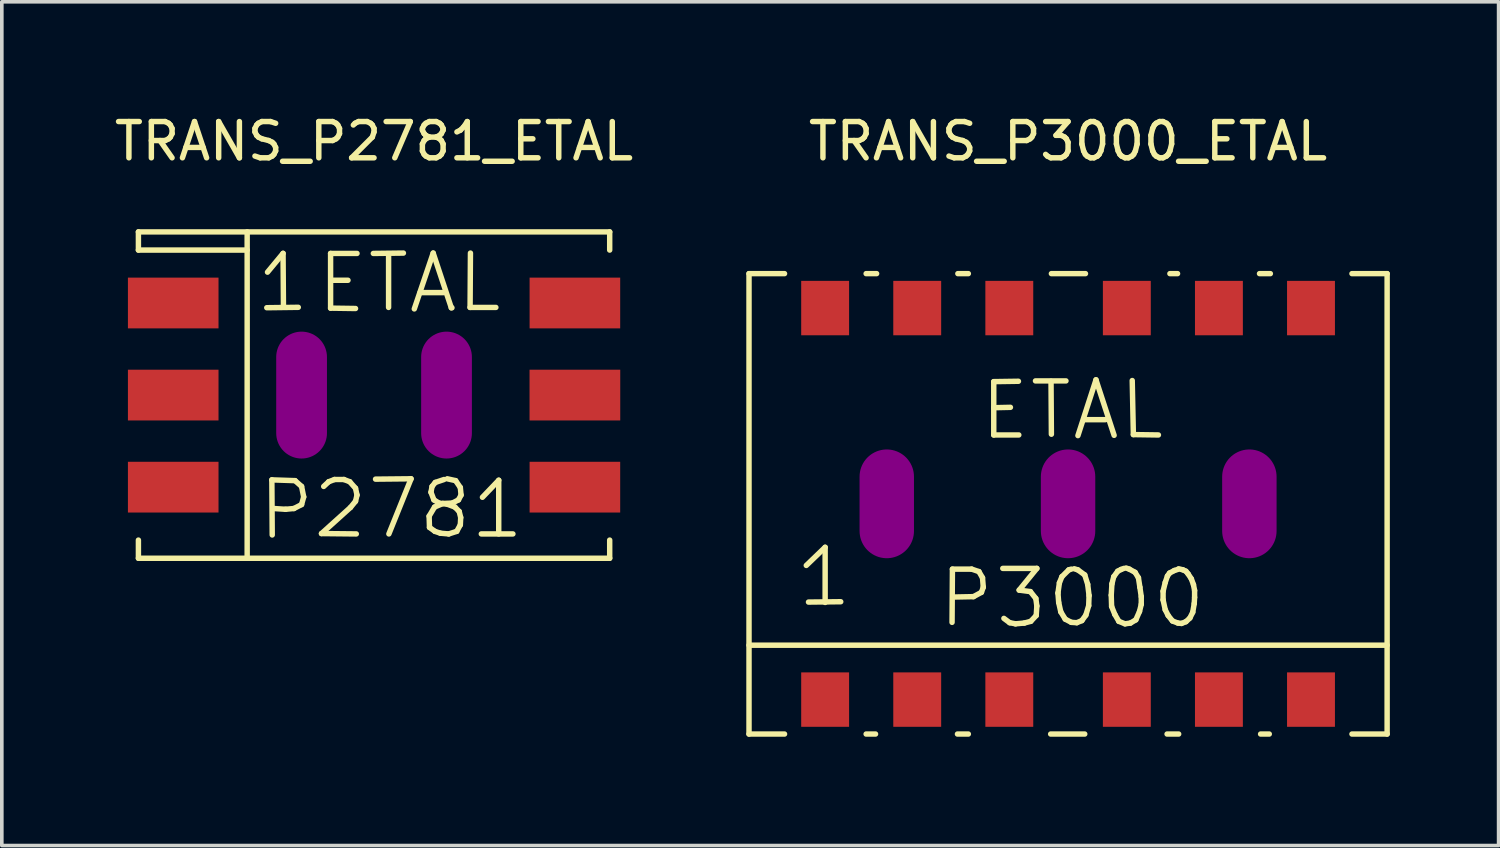
<source format=kicad_pcb>
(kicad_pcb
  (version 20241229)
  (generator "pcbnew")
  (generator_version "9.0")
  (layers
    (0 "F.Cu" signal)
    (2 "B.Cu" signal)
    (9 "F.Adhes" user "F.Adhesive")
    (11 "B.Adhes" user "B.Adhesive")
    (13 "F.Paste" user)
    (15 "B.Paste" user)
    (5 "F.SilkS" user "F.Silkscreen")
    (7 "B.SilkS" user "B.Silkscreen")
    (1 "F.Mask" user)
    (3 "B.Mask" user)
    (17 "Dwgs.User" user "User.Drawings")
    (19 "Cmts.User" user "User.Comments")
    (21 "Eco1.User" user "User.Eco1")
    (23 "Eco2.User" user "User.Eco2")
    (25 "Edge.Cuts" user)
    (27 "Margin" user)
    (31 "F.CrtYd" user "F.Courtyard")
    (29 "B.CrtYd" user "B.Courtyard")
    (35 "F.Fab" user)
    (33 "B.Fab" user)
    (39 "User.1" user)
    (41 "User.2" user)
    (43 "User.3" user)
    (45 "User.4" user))
  (footprint "TRANS_P2781_ETAL"
    (layer "F.Cu")
    (at 7.268 7.848)
    (property "Reference" "TRANS_P2781_ETAL" (at 0 -7 0) (layer "F.SilkS") (effects (font (size 1 1) (thickness 0.15))))
    (attr smd)
    (fp_line (start -6.5 -4.501) (end -6.5 -4) (stroke (width 0.15) (type solid)) (layer "F.SilkS"))
    (fp_line (start -6.5 -4.501) (end 6.5 -4.501) (stroke (width 0.15) (type solid)) (layer "F.SilkS"))
    (fp_line (start -6.5 -4) (end -3.5 -4) (stroke (width 0.15) (type solid)) (layer "F.SilkS"))
    (fp_line (start -6.5 4.501) (end -6.5 4) (stroke (width 0.15) (type solid)) (layer "F.SilkS"))
    (fp_line (start -3.5 -4.501) (end -3.5 4.501) (stroke (width 0.15) (type solid)) (layer "F.SilkS"))
    (fp_line (start -2.959 -2.41) (end -2.09 -2.421) (stroke (width 0.15) (type solid)) (layer "F.SilkS"))
    (fp_line (start -2.939 -3.391) (end -2.51 -3.909) (stroke (width 0.15) (type solid)) (layer "F.SilkS"))
    (fp_line (start -2.819 2.339) (end -2.179 2.36) (stroke (width 0.15) (type solid)) (layer "F.SilkS"))
    (fp_line (start -2.809 3.858) (end -2.819 2.339) (stroke (width 0.15) (type solid)) (layer "F.SilkS"))
    (fp_line (start -2.51 -3.909) (end -2.499 -2.431) (stroke (width 0.15) (type solid)) (layer "F.SilkS"))
    (fp_line (start -2.441 3.15) (end -2.771 3.129) (stroke (width 0.15) (type solid)) (layer "F.SilkS"))
    (fp_line (start -2.21 3.129) (end -2.441 3.15) (stroke (width 0.15) (type solid)) (layer "F.SilkS"))
    (fp_line (start -2.179 2.36) (end -1.999 2.52) (stroke (width 0.15) (type solid)) (layer "F.SilkS"))
    (fp_line (start -1.999 2.52) (end -1.941 2.809) (stroke (width 0.15) (type solid)) (layer "F.SilkS"))
    (fp_line (start -1.999 3.02) (end -2.21 3.129) (stroke (width 0.15) (type solid)) (layer "F.SilkS"))
    (fp_line (start -1.941 2.809) (end -1.999 3.02) (stroke (width 0.15) (type solid)) (layer "F.SilkS"))
    (fp_line (start -1.45 3.82) (end -0.49 3.83) (stroke (width 0.15) (type solid)) (layer "F.SilkS"))
    (fp_line (start -1.389 2.52) (end -1.25 2.39) (stroke (width 0.15) (type solid)) (layer "F.SilkS"))
    (fp_line (start -1.25 2.39) (end -1.09 2.329) (stroke (width 0.15) (type solid)) (layer "F.SilkS"))
    (fp_line (start -1.199 -3.907) (end -1.199 -2.398) (stroke (width 0.15) (type solid)) (layer "F.SilkS"))
    (fp_line (start -1.199 -2.398) (end -0.511 -2.388) (stroke (width 0.15) (type solid)) (layer "F.SilkS"))
    (fp_line (start -1.171 -3.167) (end -0.719 -3.167) (stroke (width 0.15) (type solid)) (layer "F.SilkS"))
    (fp_line (start -1.09 2.329) (end -0.831 2.329) (stroke (width 0.15) (type solid)) (layer "F.SilkS"))
    (fp_line (start -0.831 2.329) (end -0.671 2.39) (stroke (width 0.15) (type solid)) (layer "F.SilkS"))
    (fp_line (start -0.671 2.39) (end -0.511 2.57) (stroke (width 0.15) (type solid)) (layer "F.SilkS"))
    (fp_line (start -0.65 3.099) (end -1.45 3.82) (stroke (width 0.15) (type solid)) (layer "F.SilkS"))
    (fp_line (start -0.511 2.57) (end -0.47 2.758) (stroke (width 0.15) (type solid)) (layer "F.SilkS"))
    (fp_line (start -0.511 2.929) (end -0.65 3.099) (stroke (width 0.15) (type solid)) (layer "F.SilkS"))
    (fp_line (start -0.47 -3.907) (end -1.199 -3.907) (stroke (width 0.15) (type solid)) (layer "F.SilkS"))
    (fp_line (start -0.47 2.758) (end -0.511 2.929) (stroke (width 0.15) (type solid)) (layer "F.SilkS"))
    (fp_line (start -0.02 -3.907) (end 0.81 -3.917) (stroke (width 0.15) (type solid)) (layer "F.SilkS"))
    (fp_line (start 0.041 2.319) (end 1.021 2.309) (stroke (width 0.15) (type solid)) (layer "F.SilkS"))
    (fp_line (start 0.401 -3.886) (end 0.401 -2.418) (stroke (width 0.15) (type solid)) (layer "F.SilkS"))
    (fp_line (start 1.021 2.309) (end 0.409 3.83) (stroke (width 0.15) (type solid)) (layer "F.SilkS"))
    (fp_line (start 1.11 -2.377) (end 1.631 -3.917) (stroke (width 0.15) (type solid)) (layer "F.SilkS"))
    (fp_line (start 1.27 -2.827) (end 1.92 -2.827) (stroke (width 0.15) (type solid)) (layer "F.SilkS"))
    (fp_line (start 1.519 3.34) (end 1.529 3.65) (stroke (width 0.15) (type solid)) (layer "F.SilkS"))
    (fp_line (start 1.529 3.65) (end 1.679 3.759) (stroke (width 0.15) (type solid)) (layer "F.SilkS"))
    (fp_line (start 1.57 2.68) (end 1.6 2.52) (stroke (width 0.15) (type solid)) (layer "F.SilkS"))
    (fp_line (start 1.6 2.52) (end 1.689 2.41) (stroke (width 0.15) (type solid)) (layer "F.SilkS"))
    (fp_line (start 1.631 -3.917) (end 2.131 -2.408) (stroke (width 0.15) (type solid)) (layer "F.SilkS"))
    (fp_line (start 1.651 2.891) (end 1.57 2.68) (stroke (width 0.15) (type solid)) (layer "F.SilkS"))
    (fp_line (start 1.669 3.089) (end 1.519 3.34) (stroke (width 0.15) (type solid)) (layer "F.SilkS"))
    (fp_line (start 1.679 3.759) (end 1.829 3.81) (stroke (width 0.15) (type solid)) (layer "F.SilkS"))
    (fp_line (start 1.689 2.41) (end 1.93 2.329) (stroke (width 0.15) (type solid)) (layer "F.SilkS"))
    (fp_line (start 1.791 2.979) (end 1.651 2.891) (stroke (width 0.15) (type solid)) (layer "F.SilkS"))
    (fp_line (start 1.829 3.81) (end 2.06 3.83) (stroke (width 0.15) (type solid)) (layer "F.SilkS"))
    (fp_line (start 1.9 2.99) (end 1.669 3.089) (stroke (width 0.15) (type solid)) (layer "F.SilkS"))
    (fp_line (start 2.019 2.309) (end 2.25 2.36) (stroke (width 0.15) (type solid)) (layer "F.SilkS"))
    (fp_line (start 2.019 3.01) (end 1.791 2.979) (stroke (width 0.15) (type solid)) (layer "F.SilkS"))
    (fp_line (start 2.06 3.83) (end 2.281 3.759) (stroke (width 0.15) (type solid)) (layer "F.SilkS"))
    (fp_line (start 2.131 -2.408) (end 2.149 -2.408) (stroke (width 0.15) (type solid)) (layer "F.SilkS"))
    (fp_line (start 2.159 2.979) (end 1.9 2.99) (stroke (width 0.15) (type solid)) (layer "F.SilkS"))
    (fp_line (start 2.23 3.089) (end 2.019 3.01) (stroke (width 0.15) (type solid)) (layer "F.SilkS"))
    (fp_line (start 2.25 2.36) (end 2.38 2.55) (stroke (width 0.15) (type solid)) (layer "F.SilkS"))
    (fp_line (start 2.281 3.759) (end 2.38 3.579) (stroke (width 0.15) (type solid)) (layer "F.SilkS"))
    (fp_line (start 2.329 2.891) (end 2.159 2.979) (stroke (width 0.15) (type solid)) (layer "F.SilkS"))
    (fp_line (start 2.349 3.211) (end 2.23 3.089) (stroke (width 0.15) (type solid)) (layer "F.SilkS"))
    (fp_line (start 2.38 2.55) (end 2.4 2.758) (stroke (width 0.15) (type solid)) (layer "F.SilkS"))
    (fp_line (start 2.38 3.579) (end 2.39 3.378) (stroke (width 0.15) (type solid)) (layer "F.SilkS"))
    (fp_line (start 2.39 3.378) (end 2.349 3.211) (stroke (width 0.15) (type solid)) (layer "F.SilkS"))
    (fp_line (start 2.4 2.758) (end 2.329 2.891) (stroke (width 0.15) (type solid)) (layer "F.SilkS"))
    (fp_line (start 2.649 -2.418) (end 3.36 -2.418) (stroke (width 0.15) (type solid)) (layer "F.SilkS"))
    (fp_line (start 2.659 -3.917) (end 2.649 -2.418) (stroke (width 0.15) (type solid)) (layer "F.SilkS"))
    (fp_line (start 2.959 3.83) (end 3.83 3.83) (stroke (width 0.15) (type solid)) (layer "F.SilkS"))
    (fp_line (start 2.99 2.819) (end 3.439 2.349) (stroke (width 0.15) (type solid)) (layer "F.SilkS"))
    (fp_line (start 3.439 2.349) (end 3.439 3.83) (stroke (width 0.15) (type solid)) (layer "F.SilkS"))
    (fp_line (start 6.5 -4.501) (end 6.5 -4) (stroke (width 0.15) (type solid)) (layer "F.SilkS"))
    (fp_line (start 6.5 4.501) (end -6.5 4.501) (stroke (width 0.15) (type solid)) (layer "F.SilkS"))
    (fp_line (start 6.5 4.501) (end 6.5 4) (stroke (width 0.15) (type solid)) (layer "F.SilkS"))
    (pad "" smd oval (at -1.999 0 90) (size 3.5 1.4) (layers "F.Adhes"))
    (pad "" smd oval (at 1.999 0 90) (size 3.5 1.4) (layers "F.Adhes"))
    (pad "1" smd rect (at -5.54 -2.54) (size 2.499 1.4) (layers "F.Cu" "F.Mask" "F.Paste"))
    (pad "2" smd rect (at -5.54 0) (size 2.499 1.4) (layers "F.Cu" "F.Mask" "F.Paste"))
    (pad "3" smd rect (at -5.54 2.54) (size 2.499 1.4) (layers "F.Cu" "F.Mask" "F.Paste"))
    (pad "4" smd rect (at 5.54 2.54) (size 2.499 1.4) (layers "F.Cu" "F.Mask" "F.Paste"))
    (pad "5" smd rect (at 5.54 0) (size 2.502 1.4) (layers "F.Cu" "F.Mask" "F.Paste"))
    (pad "6" smd rect (at 5.54 -2.54) (size 2.499 1.4) (layers "F.Cu" "F.Mask" "F.Paste")))
  (footprint "TRANS_P3000_ETAL"
    (layer "F.Cu")
    (at 26.412 10.848)
    (property "Reference" "TRANS_P3000_ETAL" (at 0 -10 0) (layer "F.SilkS") (effects (font (size 1 1) (thickness 0.15))))
    (attr smd)
    (fp_line (start -8.801 -6.35) (end -7.821 -6.35) (stroke (width 0.15) (type solid)) (layer "F.SilkS"))
    (fp_line (start -8.801 6.35) (end -8.801 -6.35) (stroke (width 0.15) (type solid)) (layer "F.SilkS"))
    (fp_line (start -7.821 6.35) (end -8.801 6.35) (stroke (width 0.15) (type solid)) (layer "F.SilkS"))
    (fp_line (start -7.221 1.699) (end -6.701 1.199) (stroke (width 0.15) (type solid)) (layer "F.SilkS"))
    (fp_line (start -7.16 2.71) (end -6.271 2.7) (stroke (width 0.15) (type solid)) (layer "F.SilkS"))
    (fp_line (start -6.701 1.199) (end -6.701 2.72) (stroke (width 0.15) (type solid)) (layer "F.SilkS"))
    (fp_line (start -5.57 -6.35) (end -5.281 -6.35) (stroke (width 0.15) (type solid)) (layer "F.SilkS"))
    (fp_line (start -5.311 6.35) (end -5.57 6.35) (stroke (width 0.15) (type solid)) (layer "F.SilkS"))
    (fp_line (start -3.2 3.269) (end -3.19 1.801) (stroke (width 0.15) (type solid)) (layer "F.SilkS"))
    (fp_line (start -3.19 1.801) (end -2.659 1.801) (stroke (width 0.15) (type solid)) (layer "F.SilkS"))
    (fp_line (start -3.04 -6.35) (end -2.751 -6.35) (stroke (width 0.15) (type solid)) (layer "F.SilkS"))
    (fp_line (start -2.751 6.35) (end -3.051 6.35) (stroke (width 0.15) (type solid)) (layer "F.SilkS"))
    (fp_line (start -2.659 1.801) (end -2.459 1.869) (stroke (width 0.15) (type solid)) (layer "F.SilkS"))
    (fp_line (start -2.609 2.56) (end -3.109 2.57) (stroke (width 0.15) (type solid)) (layer "F.SilkS"))
    (fp_line (start -2.459 1.869) (end -2.36 2.04) (stroke (width 0.15) (type solid)) (layer "F.SilkS"))
    (fp_line (start -2.39 2.441) (end -2.609 2.56) (stroke (width 0.15) (type solid)) (layer "F.SilkS"))
    (fp_line (start -2.36 2.04) (end -2.339 2.301) (stroke (width 0.15) (type solid)) (layer "F.SilkS"))
    (fp_line (start -2.339 2.301) (end -2.39 2.441) (stroke (width 0.15) (type solid)) (layer "F.SilkS"))
    (fp_line (start -2.05 -3.371) (end -2.05 -1.9) (stroke (width 0.15) (type solid)) (layer "F.SilkS"))
    (fp_line (start -2.05 -2.652) (end -1.59 -2.662) (stroke (width 0.15) (type solid)) (layer "F.SilkS"))
    (fp_line (start -2.05 -1.9) (end -1.359 -1.9) (stroke (width 0.15) (type solid)) (layer "F.SilkS"))
    (fp_line (start -1.801 1.781) (end -0.861 1.781) (stroke (width 0.15) (type solid)) (layer "F.SilkS"))
    (fp_line (start -1.61 3.279) (end -1.77 3.16) (stroke (width 0.15) (type solid)) (layer "F.SilkS"))
    (fp_line (start -1.45 3.31) (end -1.61 3.279) (stroke (width 0.15) (type solid)) (layer "F.SilkS"))
    (fp_line (start -1.369 -3.381) (end -2.05 -3.371) (stroke (width 0.15) (type solid)) (layer "F.SilkS"))
    (fp_line (start -1.349 2.38) (end -1.039 2.421) (stroke (width 0.15) (type solid)) (layer "F.SilkS"))
    (fp_line (start -1.209 3.289) (end -1.45 3.31) (stroke (width 0.15) (type solid)) (layer "F.SilkS"))
    (fp_line (start -1.039 2.421) (end -0.889 2.611) (stroke (width 0.15) (type solid)) (layer "F.SilkS"))
    (fp_line (start -1.029 3.241) (end -1.209 3.289) (stroke (width 0.15) (type solid)) (layer "F.SilkS"))
    (fp_line (start -0.899 -3.391) (end -0.058 -3.391) (stroke (width 0.15) (type solid)) (layer "F.SilkS"))
    (fp_line (start -0.889 2.611) (end -0.861 2.819) (stroke (width 0.15) (type solid)) (layer "F.SilkS"))
    (fp_line (start -0.879 3.081) (end -1.029 3.241) (stroke (width 0.15) (type solid)) (layer "F.SilkS"))
    (fp_line (start -0.861 1.781) (end -1.349 2.38) (stroke (width 0.15) (type solid)) (layer "F.SilkS"))
    (fp_line (start -0.861 2.819) (end -0.879 3.081) (stroke (width 0.15) (type solid)) (layer "F.SilkS"))
    (fp_line (start -0.47 -3.381) (end -0.46 -1.92) (stroke (width 0.15) (type solid)) (layer "F.SilkS"))
    (fp_line (start -0.46 -6.35) (end 0.48 -6.35) (stroke (width 0.15) (type solid)) (layer "F.SilkS"))
    (fp_line (start -0.279 2.461) (end -0.239 2.179) (stroke (width 0.15) (type solid)) (layer "F.SilkS"))
    (fp_line (start -0.259 2.72) (end -0.279 2.461) (stroke (width 0.15) (type solid)) (layer "F.SilkS"))
    (fp_line (start -0.239 2.179) (end -0.17 2.009) (stroke (width 0.15) (type solid)) (layer "F.SilkS"))
    (fp_line (start -0.201 2.979) (end -0.259 2.72) (stroke (width 0.15) (type solid)) (layer "F.SilkS"))
    (fp_line (start -0.17 2.009) (end 0.02 1.821) (stroke (width 0.15) (type solid)) (layer "F.SilkS"))
    (fp_line (start -0.079 3.18) (end -0.201 2.979) (stroke (width 0.15) (type solid)) (layer "F.SilkS"))
    (fp_line (start 0.02 1.821) (end 0.089 1.801) (stroke (width 0.15) (type solid)) (layer "F.SilkS"))
    (fp_line (start 0.089 3.269) (end -0.079 3.18) (stroke (width 0.15) (type solid)) (layer "F.SilkS"))
    (fp_line (start 0.17 1.791) (end 0.269 1.821) (stroke (width 0.15) (type solid)) (layer "F.SilkS"))
    (fp_line (start 0.241 3.279) (end 0.089 3.269) (stroke (width 0.15) (type solid)) (layer "F.SilkS"))
    (fp_line (start 0.269 1.821) (end 0.46 1.961) (stroke (width 0.15) (type solid)) (layer "F.SilkS"))
    (fp_line (start 0.272 -1.882) (end 0.77 -3.421) (stroke (width 0.15) (type solid)) (layer "F.SilkS"))
    (fp_line (start 0.381 3.221) (end 0.241 3.279) (stroke (width 0.15) (type solid)) (layer "F.SilkS"))
    (fp_line (start 0.442 -2.322) (end 1.031 -2.322) (stroke (width 0.15) (type solid)) (layer "F.SilkS"))
    (fp_line (start 0.46 1.961) (end 0.541 2.22) (stroke (width 0.15) (type solid)) (layer "F.SilkS"))
    (fp_line (start 0.46 6.35) (end -0.48 6.35) (stroke (width 0.15) (type solid)) (layer "F.SilkS"))
    (fp_line (start 0.49 3.071) (end 0.381 3.221) (stroke (width 0.15) (type solid)) (layer "F.SilkS"))
    (fp_line (start 0.541 2.22) (end 0.579 2.53) (stroke (width 0.15) (type solid)) (layer "F.SilkS"))
    (fp_line (start 0.569 2.809) (end 0.49 3.071) (stroke (width 0.15) (type solid)) (layer "F.SilkS"))
    (fp_line (start 0.579 2.53) (end 0.569 2.809) (stroke (width 0.15) (type solid)) (layer "F.SilkS"))
    (fp_line (start 0.77 -3.421) (end 1.27 -1.89) (stroke (width 0.15) (type solid)) (layer "F.SilkS"))
    (fp_line (start 1.191 2.52) (end 1.209 2.21) (stroke (width 0.15) (type solid)) (layer "F.SilkS"))
    (fp_line (start 1.201 2.83) (end 1.191 2.52) (stroke (width 0.15) (type solid)) (layer "F.SilkS"))
    (fp_line (start 1.209 2.21) (end 1.26 2.009) (stroke (width 0.15) (type solid)) (layer "F.SilkS"))
    (fp_line (start 1.26 2.009) (end 1.369 1.859) (stroke (width 0.15) (type solid)) (layer "F.SilkS"))
    (fp_line (start 1.29 3.051) (end 1.201 2.83) (stroke (width 0.15) (type solid)) (layer "F.SilkS"))
    (fp_line (start 1.369 1.859) (end 1.46 1.811) (stroke (width 0.15) (type solid)) (layer "F.SilkS"))
    (fp_line (start 1.4 3.241) (end 1.29 3.051) (stroke (width 0.15) (type solid)) (layer "F.SilkS"))
    (fp_line (start 1.46 1.811) (end 1.539 1.781) (stroke (width 0.15) (type solid)) (layer "F.SilkS"))
    (fp_line (start 1.57 3.31) (end 1.4 3.241) (stroke (width 0.15) (type solid)) (layer "F.SilkS"))
    (fp_line (start 1.6 1.77) (end 1.689 1.801) (stroke (width 0.15) (type solid)) (layer "F.SilkS"))
    (fp_line (start 1.689 1.801) (end 1.849 1.89) (stroke (width 0.15) (type solid)) (layer "F.SilkS"))
    (fp_line (start 1.72 3.289) (end 1.57 3.31) (stroke (width 0.15) (type solid)) (layer "F.SilkS"))
    (fp_line (start 1.77 -3.401) (end 1.801 -1.91) (stroke (width 0.15) (type solid)) (layer "F.SilkS"))
    (fp_line (start 1.801 -1.91) (end 2.492 -1.9) (stroke (width 0.15) (type solid)) (layer "F.SilkS"))
    (fp_line (start 1.849 1.89) (end 1.941 2.04) (stroke (width 0.15) (type solid)) (layer "F.SilkS"))
    (fp_line (start 1.869 3.2) (end 1.72 3.289) (stroke (width 0.15) (type solid)) (layer "F.SilkS"))
    (fp_line (start 1.941 2.04) (end 1.981 2.301) (stroke (width 0.15) (type solid)) (layer "F.SilkS"))
    (fp_line (start 1.971 2.969) (end 1.869 3.2) (stroke (width 0.15) (type solid)) (layer "F.SilkS"))
    (fp_line (start 1.981 2.301) (end 2.019 2.56) (stroke (width 0.15) (type solid)) (layer "F.SilkS"))
    (fp_line (start 2.019 2.56) (end 2.019 2.771) (stroke (width 0.15) (type solid)) (layer "F.SilkS"))
    (fp_line (start 2.019 2.771) (end 1.971 2.969) (stroke (width 0.15) (type solid)) (layer "F.SilkS"))
    (fp_line (start 2.621 2.41) (end 2.68 2.169) (stroke (width 0.15) (type solid)) (layer "F.SilkS"))
    (fp_line (start 2.621 2.649) (end 2.621 2.41) (stroke (width 0.15) (type solid)) (layer "F.SilkS"))
    (fp_line (start 2.68 2.169) (end 2.741 1.991) (stroke (width 0.15) (type solid)) (layer "F.SilkS"))
    (fp_line (start 2.68 2.921) (end 2.621 2.649) (stroke (width 0.15) (type solid)) (layer "F.SilkS"))
    (fp_line (start 2.741 1.991) (end 2.799 1.91) (stroke (width 0.15) (type solid)) (layer "F.SilkS"))
    (fp_line (start 2.761 3.081) (end 2.68 2.921) (stroke (width 0.15) (type solid)) (layer "F.SilkS"))
    (fp_line (start 2.799 1.91) (end 2.931 1.839) (stroke (width 0.15) (type solid)) (layer "F.SilkS"))
    (fp_line (start 2.809 -6.35) (end 3.02 -6.35) (stroke (width 0.15) (type solid)) (layer "F.SilkS"))
    (fp_line (start 2.88 3.231) (end 2.761 3.081) (stroke (width 0.15) (type solid)) (layer "F.SilkS"))
    (fp_line (start 2.931 1.839) (end 3.02 1.811) (stroke (width 0.15) (type solid)) (layer "F.SilkS"))
    (fp_line (start 3.03 3.289) (end 2.88 3.231) (stroke (width 0.15) (type solid)) (layer "F.SilkS"))
    (fp_line (start 3.051 1.791) (end 3.17 1.821) (stroke (width 0.15) (type solid)) (layer "F.SilkS"))
    (fp_line (start 3.051 6.35) (end 2.731 6.35) (stroke (width 0.15) (type solid)) (layer "F.SilkS"))
    (fp_line (start 3.129 3.299) (end 3.03 3.289) (stroke (width 0.15) (type solid)) (layer "F.SilkS"))
    (fp_line (start 3.17 1.821) (end 3.251 1.859) (stroke (width 0.15) (type solid)) (layer "F.SilkS"))
    (fp_line (start 3.251 1.859) (end 3.31 1.93) (stroke (width 0.15) (type solid)) (layer "F.SilkS"))
    (fp_line (start 3.251 3.251) (end 3.129 3.299) (stroke (width 0.15) (type solid)) (layer "F.SilkS"))
    (fp_line (start 3.31 1.93) (end 3.401 2.07) (stroke (width 0.15) (type solid)) (layer "F.SilkS"))
    (fp_line (start 3.36 3.15) (end 3.251 3.251) (stroke (width 0.15) (type solid)) (layer "F.SilkS"))
    (fp_line (start 3.401 2.07) (end 3.459 2.23) (stroke (width 0.15) (type solid)) (layer "F.SilkS"))
    (fp_line (start 3.439 2.99) (end 3.36 3.15) (stroke (width 0.15) (type solid)) (layer "F.SilkS"))
    (fp_line (start 3.459 2.23) (end 3.49 2.39) (stroke (width 0.15) (type solid)) (layer "F.SilkS"))
    (fp_line (start 3.48 2.751) (end 3.439 2.99) (stroke (width 0.15) (type solid)) (layer "F.SilkS"))
    (fp_line (start 3.49 2.39) (end 3.49 2.581) (stroke (width 0.15) (type solid)) (layer "F.SilkS"))
    (fp_line (start 3.49 2.581) (end 3.48 2.751) (stroke (width 0.15) (type solid)) (layer "F.SilkS"))
    (fp_line (start 5.281 -6.35) (end 5.58 -6.35) (stroke (width 0.15) (type solid)) (layer "F.SilkS"))
    (fp_line (start 5.55 6.35) (end 5.311 6.35) (stroke (width 0.15) (type solid)) (layer "F.SilkS"))
    (fp_line (start 8.801 -6.35) (end 7.831 -6.35) (stroke (width 0.15) (type solid)) (layer "F.SilkS"))
    (fp_line (start 8.801 -6.35) (end 8.801 6.35) (stroke (width 0.15) (type solid)) (layer "F.SilkS"))
    (fp_line (start 8.801 3.899) (end -8.801 3.899) (stroke (width 0.15) (type solid)) (layer "F.SilkS"))
    (fp_line (start 8.801 6.35) (end 7.831 6.35) (stroke (width 0.15) (type solid)) (layer "F.SilkS"))
    (pad "" smd oval (at -5.001 0) (size 1.501 3) (layers "F.Adhes"))
    (pad "" smd oval (at 0 0) (size 1.501 3) (layers "F.Adhes"))
    (pad "" smd oval (at 5.001 0) (size 1.501 3) (layers "F.Adhes"))
    (pad "1" smd rect (at -6.701 5.4) (size 1.321 1.501) (layers "F.Cu" "F.Mask" "F.Paste"))
    (pad "2" smd rect (at -4.161 5.4) (size 1.321 1.501) (layers "F.Cu" "F.Mask" "F.Paste"))
    (pad "3" smd rect (at -1.621 5.4) (size 1.321 1.501) (layers "F.Cu" "F.Mask" "F.Paste"))
    (pad "4" smd rect (at 1.621 5.4) (size 1.321 1.501) (layers "F.Cu" "F.Mask" "F.Paste"))
    (pad "5" smd rect (at 4.161 5.4) (size 1.321 1.501) (layers "F.Cu" "F.Mask" "F.Paste"))
    (pad "6" smd rect (at 6.701 5.4) (size 1.321 1.501) (layers "F.Cu" "F.Mask" "F.Paste"))
    (pad "7" smd rect (at 6.701 -5.4) (size 1.321 1.501) (layers "F.Cu" "F.Mask" "F.Paste"))
    (pad "8" smd rect (at 4.161 -5.4) (size 1.321 1.501) (layers "F.Cu" "F.Mask" "F.Paste"))
    (pad "9" smd rect (at 1.621 -5.4) (size 1.321 1.501) (layers "F.Cu" "F.Mask" "F.Paste"))
    (pad "10" smd rect (at -1.621 -5.4) (size 1.321 1.501) (layers "F.Cu" "F.Mask" "F.Paste"))
    (pad "11" smd rect (at -4.161 -5.4) (size 1.321 1.501) (layers "F.Cu" "F.Mask" "F.Paste"))
    (pad "12" smd rect (at -6.701 -5.4) (size 1.321 1.501) (layers "F.Cu" "F.Mask" "F.Paste")))
  (gr_rect
    (start -3 -3)
    (end 38.288 20.273)
    (stroke (width 0.1) (type default))
    (fill no)
    (layer "Edge.Cuts")))
</source>
